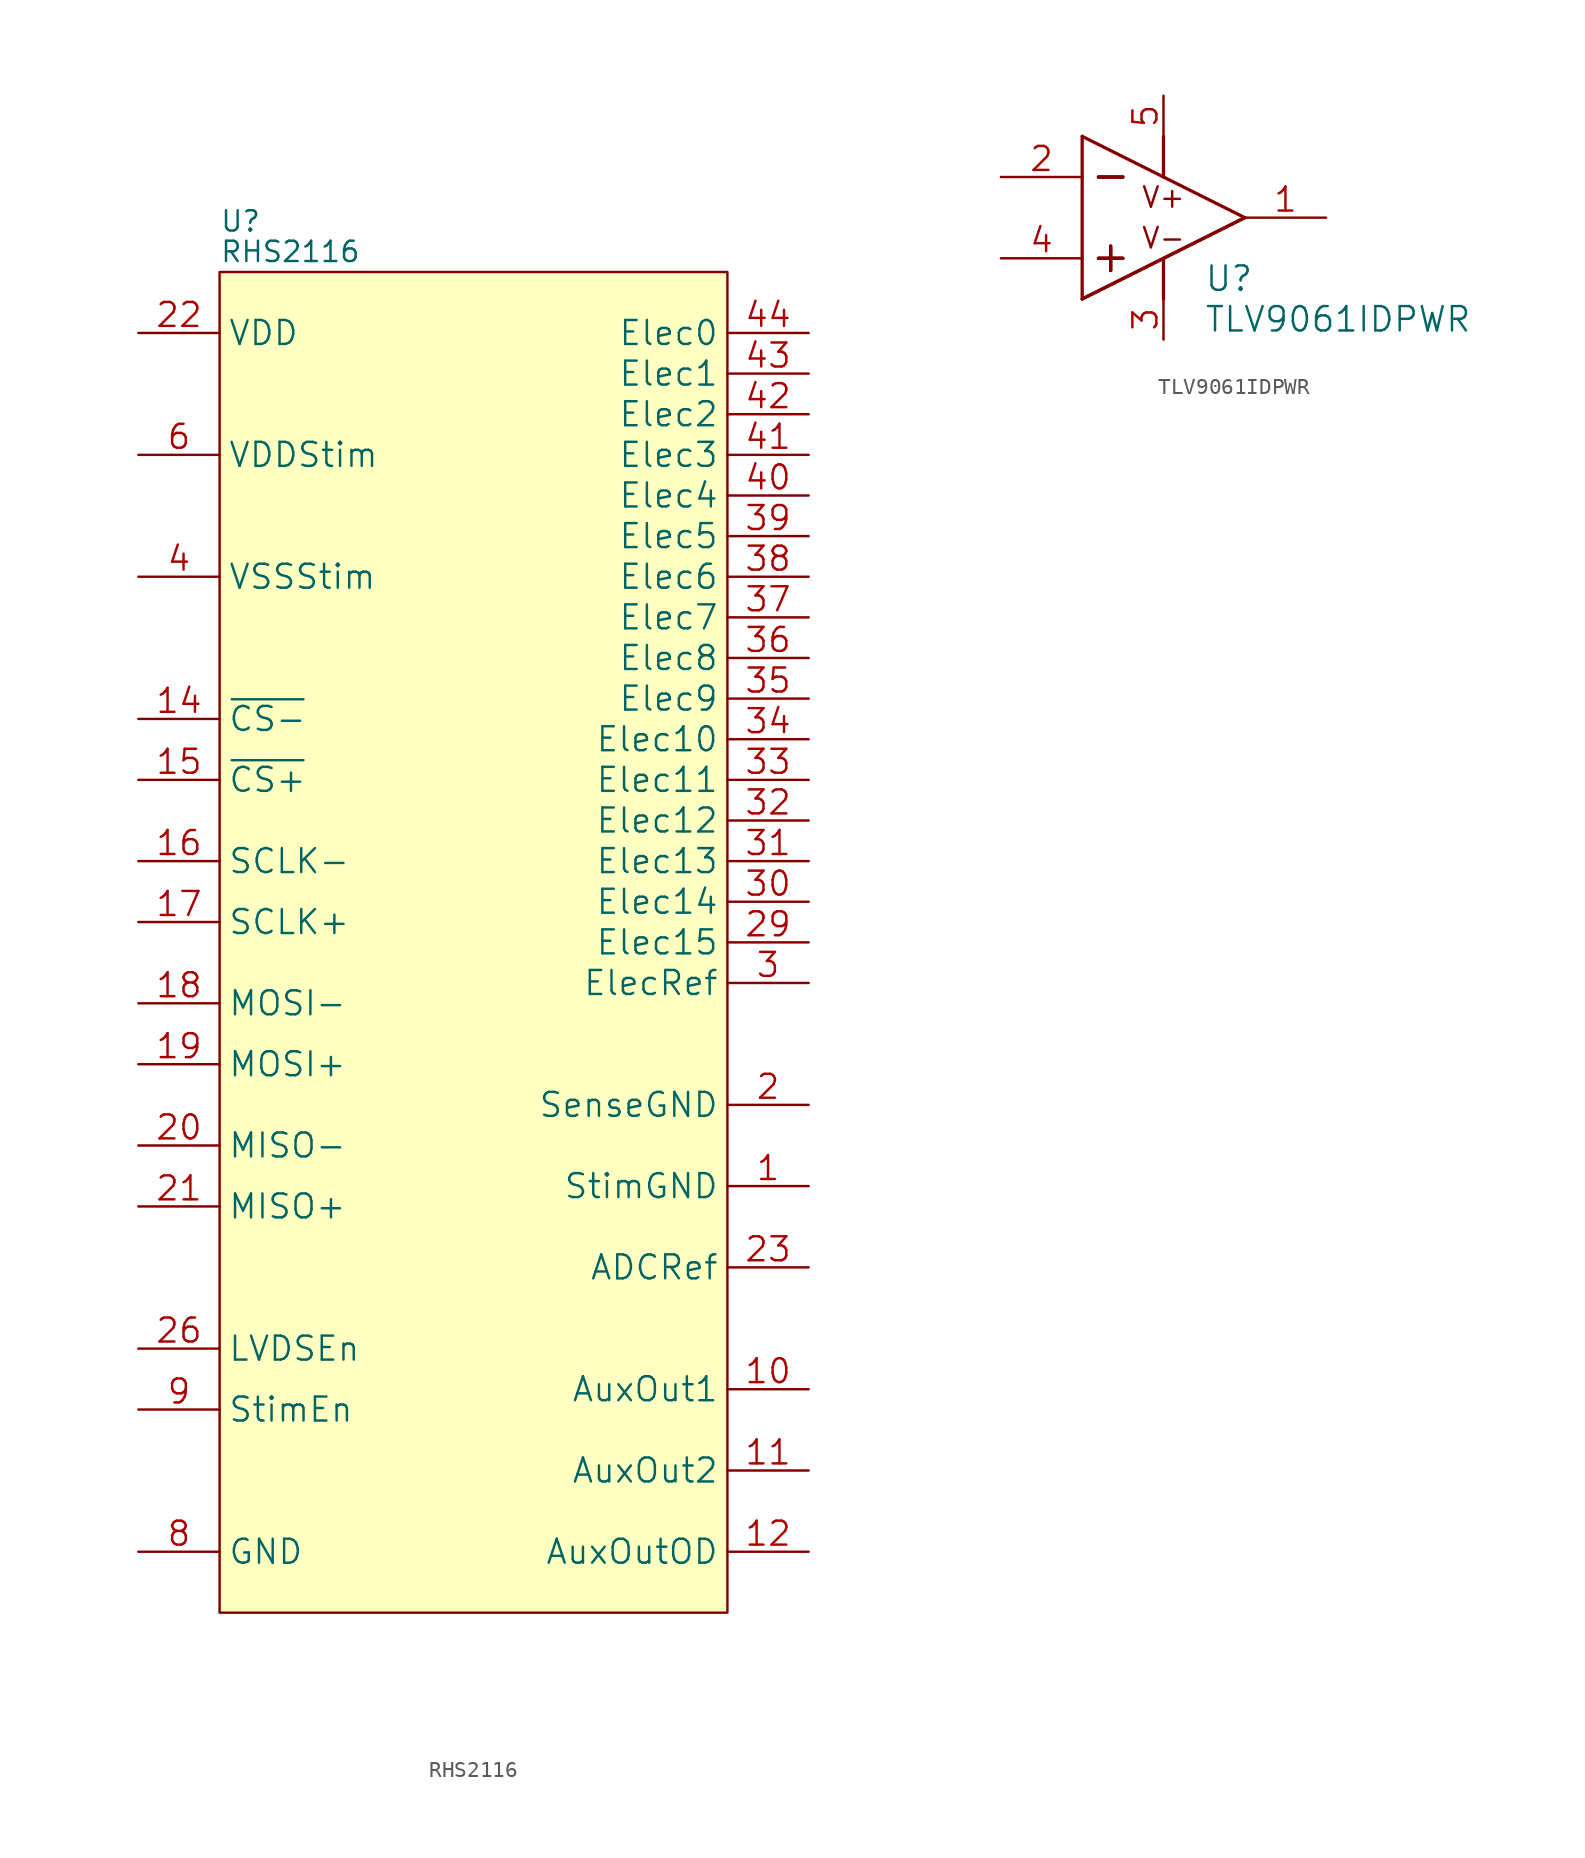
<source format=kicad_sym>
(kicad_symbol_lib
  (version 20211014)
  (generator kicad_symbol_editor)
  (symbol "RHS2116"
    (property "Reference" "U"
      (at -15.24 24.765 0)
      (effects (font (size 1.27 1.27)) (justify left)))
    (property "Value" "RHS2116"
      (at -15.24 22.86 0)
      (effects (font (size 1.27 1.27)) (justify left)))
    (symbol "RHS2116_0_1"
      (rectangle (start -15.24 21.59) (end 16.51 -62.23) (stroke (width 0.152) (type default) (color 0 0 0 0)) (fill (type background))))
    (symbol "RHS2116_1_1"
      (pin power_in line (at 21.59 -35.56 180) (length 5.08) (name "StimGND" (effects (font (size 1.499 1.499)))) (number "1" (effects (font (size 1.499 1.499)))))
      (pin bidirectional line (at 21.59 -48.26 180) (length 5.08) (name "AuxOut1" (effects (font (size 1.499 1.499)))) (number "10" (effects (font (size 1.499 1.499)))))
      (pin bidirectional line (at 21.59 -53.34 180) (length 5.08) (name "AuxOut2" (effects (font (size 1.499 1.499)))) (number "11" (effects (font (size 1.499 1.499)))))
      (pin open_collector line (at 21.59 -58.42 180) (length 5.08) (name "AuxOutOD" (effects (font (size 1.499 1.499)))) (number "12" (effects (font (size 1.499 1.499)))))
      (pin power_in line (at -20.32 -58.42 0) (length 5.08) hide (name "GND" (effects (font (size 1.499 1.499)))) (number "13" (effects (font (size 1.499 1.499)))))
      (pin input line (at -20.32 -6.35 0) (length 5.08) (name "~{CS-}" (effects (font (size 1.499 1.499)))) (number "14" (effects (font (size 1.499 1.499)))))
      (pin input line (at -20.32 -10.16 0) (length 5.08) (name "~{CS+}" (effects (font (size 1.499 1.499)))) (number "15" (effects (font (size 1.499 1.499)))))
      (pin input line (at -20.32 -15.24 0) (length 5.08) (name "SCLK-" (effects (font (size 1.499 1.499)))) (number "16" (effects (font (size 1.499 1.499)))))
      (pin input line (at -20.32 -19.05 0) (length 5.08) (name "SCLK+" (effects (font (size 1.499 1.499)))) (number "17" (effects (font (size 1.499 1.499)))))
      (pin input line (at -20.32 -24.13 0) (length 5.08) (name "MOSI-" (effects (font (size 1.499 1.499)))) (number "18" (effects (font (size 1.499 1.499)))))
      (pin input line (at -20.32 -27.94 0) (length 5.08) (name "MOSI+" (effects (font (size 1.499 1.499)))) (number "19" (effects (font (size 1.499 1.499)))))
      (pin power_in line (at 21.59 -30.48 180) (length 5.08) (name "SenseGND" (effects (font (size 1.499 1.499)))) (number "2" (effects (font (size 1.499 1.499)))))
      (pin output line (at -20.32 -33.02 0) (length 5.08) (name "MISO-" (effects (font (size 1.499 1.499)))) (number "20" (effects (font (size 1.499 1.499)))))
      (pin output line (at -20.32 -36.83 0) (length 5.08) (name "MISO+" (effects (font (size 1.499 1.499)))) (number "21" (effects (font (size 1.499 1.499)))))
      (pin power_in line (at -20.32 17.78 0) (length 5.08) (name "VDD" (effects (font (size 1.499 1.499)))) (number "22" (effects (font (size 1.499 1.499)))))
      (pin input line (at 21.59 -40.64 180) (length 5.08) (name "ADCRef" (effects (font (size 1.499 1.499)))) (number "23" (effects (font (size 1.499 1.499)))))
      (pin power_in line (at -20.32 -58.42 0) (length 5.08) hide (name "GND" (effects (font (size 1.499 1.499)))) (number "24" (effects (font (size 1.499 1.499)))))
      (pin power_in line (at -20.32 -58.42 0) (length 5.08) hide (name "GND" (effects (font (size 1.499 1.499)))) (number "25" (effects (font (size 1.499 1.499)))))
      (pin input line (at -20.32 -45.72 0) (length 5.08) (name "LVDSEn" (effects (font (size 1.499 1.499)))) (number "26" (effects (font (size 1.499 1.499)))))
      (pin passive line (at -20.32 17.78 0) (length 5.08) hide (name "VDD" (effects (font (size 1.499 1.499)))) (number "27" (effects (font (size 1.499 1.499)))))
      (pin passive line (at -20.32 17.78 0) (length 5.08) hide (name "VDD" (effects (font (size 1.499 1.499)))) (number "28" (effects (font (size 1.499 1.499)))))
      (pin bidirectional line (at 21.59 -20.32 180) (length 5.08) (name "Elec15" (effects (font (size 1.499 1.499)))) (number "29" (effects (font (size 1.499 1.499)))))
      (pin input line (at 21.59 -22.86 180) (length 5.08) (name "ElecRef" (effects (font (size 1.499 1.499)))) (number "3" (effects (font (size 1.499 1.499)))))
      (pin bidirectional line (at 21.59 -17.78 180) (length 5.08) (name "Elec14" (effects (font (size 1.499 1.499)))) (number "30" (effects (font (size 1.499 1.499)))))
      (pin bidirectional line (at 21.59 -15.24 180) (length 5.08) (name "Elec13" (effects (font (size 1.499 1.499)))) (number "31" (effects (font (size 1.499 1.499)))))
      (pin bidirectional line (at 21.59 -12.7 180) (length 5.08) (name "Elec12" (effects (font (size 1.499 1.499)))) (number "32" (effects (font (size 1.499 1.499)))))
      (pin bidirectional line (at 21.59 -10.16 180) (length 5.08) (name "Elec11" (effects (font (size 1.499 1.499)))) (number "33" (effects (font (size 1.499 1.499)))))
      (pin bidirectional line (at 21.59 -7.62 180) (length 5.08) (name "Elec10" (effects (font (size 1.499 1.499)))) (number "34" (effects (font (size 1.499 1.499)))))
      (pin bidirectional line (at 21.59 -5.08 180) (length 5.08) (name "Elec9" (effects (font (size 1.499 1.499)))) (number "35" (effects (font (size 1.499 1.499)))))
      (pin bidirectional line (at 21.59 -2.54 180) (length 5.08) (name "Elec8" (effects (font (size 1.499 1.499)))) (number "36" (effects (font (size 1.499 1.499)))))
      (pin bidirectional line (at 21.59 0 180) (length 5.08) (name "Elec7" (effects (font (size 1.499 1.499)))) (number "37" (effects (font (size 1.499 1.499)))))
      (pin bidirectional line (at 21.59 2.54 180) (length 5.08) (name "Elec6" (effects (font (size 1.499 1.499)))) (number "38" (effects (font (size 1.499 1.499)))))
      (pin bidirectional line (at 21.59 5.08 180) (length 5.08) (name "Elec5" (effects (font (size 1.499 1.499)))) (number "39" (effects (font (size 1.499 1.499)))))
      (pin power_in line (at -20.32 2.54 0) (length 5.08) (name "VSSStim" (effects (font (size 1.499 1.499)))) (number "4" (effects (font (size 1.499 1.499)))))
      (pin bidirectional line (at 21.59 7.62 180) (length 5.08) (name "Elec4" (effects (font (size 1.499 1.499)))) (number "40" (effects (font (size 1.499 1.499)))))
      (pin bidirectional line (at 21.59 10.16 180) (length 5.08) (name "Elec3" (effects (font (size 1.499 1.499)))) (number "41" (effects (font (size 1.499 1.499)))))
      (pin bidirectional line (at 21.59 12.7 180) (length 5.08) (name "Elec2" (effects (font (size 1.499 1.499)))) (number "42" (effects (font (size 1.499 1.499)))))
      (pin bidirectional line (at 21.59 15.24 180) (length 5.08) (name "Elec1" (effects (font (size 1.499 1.499)))) (number "43" (effects (font (size 1.499 1.499)))))
      (pin bidirectional line (at 21.59 17.78 180) (length 5.08) (name "Elec0" (effects (font (size 1.499 1.499)))) (number "44" (effects (font (size 1.499 1.499)))))
      (pin passive line (at -20.32 2.54 0) (length 5.08) hide (name "VSSStim" (effects (font (size 1.499 1.499)))) (number "45" (effects (font (size 1.499 1.499)))))
      (pin passive line (at -20.32 2.54 0) (length 5.08) hide (name "VSSStim" (effects (font (size 1.499 1.499)))) (number "5" (effects (font (size 1.499 1.499)))))
      (pin power_in line (at -20.32 10.16 0) (length 5.08) (name "VDDStim" (effects (font (size 1.499 1.499)))) (number "6" (effects (font (size 1.499 1.499)))))
      (pin passive line (at -20.32 10.16 0) (length 5.08) hide (name "VDDStim" (effects (font (size 1.499 1.499)))) (number "7" (effects (font (size 1.499 1.499)))))
      (pin power_in line (at -20.32 -58.42 0) (length 5.08) (name "GND" (effects (font (size 1.499 1.499)))) (number "8" (effects (font (size 1.499 1.499)))))
      (pin input line (at -20.32 -49.53 0) (length 5.08) (name "StimEn" (effects (font (size 1.499 1.499)))) (number "9" (effects (font (size 1.499 1.499)))))))
  (symbol "TLV9061IDPWR"
    (pin_names
      (offset -0.254) hide)
    (property "Reference" "U"
      (at 2.54 -3.81 0)
      (effects (font (size 1.524 1.524)) (justify left)))
    (property "Value" "TLV9061IDPWR"
      (at 2.54 -6.35 0)
      (effects (font (size 1.524 1.524)) (justify left)))
    (property "Datasheet" ""
      (at 0 0 0)
      (effects (font (size 1.524 1.524))))
    (property "ki_locked" ""
      (at 0 0 0)
      (effects (font (size 1.27 1.27))))
    (symbol "TLV9061IDPWR_0_0"
      (text "V+" (at 0 1.27 0) (effects (font (size 1.27 1.27))))
      (text "V-" (at 0 -1.27 0) (effects (font (size 1.27 1.27)))))
    (symbol "TLV9061IDPWR_1_1"
      (polyline (pts (xy -5.08 -5.08) (xy 5.08 0)) (stroke (width 0.203) (type default) (color 0 0 0 0)) (fill (type none)))
      (polyline (pts (xy -5.08 -5.08) (xy 5.08 0)) (stroke (width 0.203) (type default) (color 0 0 0 0)) (fill (type none)))
      (polyline (pts (xy -5.08 5.08) (xy -5.08 -5.08)) (stroke (width 0.203) (type default) (color 0 0 0 0)) (fill (type none)))
      (polyline (pts (xy -5.08 5.08) (xy 5.08 0)) (stroke (width 0.203) (type default) (color 0 0 0 0)) (fill (type none)))
      (polyline (pts (xy -4.064 -2.54) (xy -2.54 -2.54)) (stroke (width 0.203) (type default) (color 0 0 0 0)) (fill (type none)))
      (polyline (pts (xy -4.064 -2.54) (xy -2.54 -2.54)) (stroke (width 0.203) (type default) (color 0 0 0 0)) (fill (type none)))
      (polyline (pts (xy -4.064 -2.54) (xy -2.54 -2.54)) (stroke (width 0.203) (type default) (color 0 0 0 0)) (fill (type none)))
      (polyline (pts (xy -4.064 2.54) (xy -2.54 2.54)) (stroke (width 0.203) (type default) (color 0 0 0 0)) (fill (type none)))
      (polyline (pts (xy -4.064 2.54) (xy -2.54 2.54)) (stroke (width 0.203) (type default) (color 0 0 0 0)) (fill (type none)))
      (polyline (pts (xy -4.064 2.54) (xy -2.54 2.54)) (stroke (width 0.203) (type default) (color 0 0 0 0)) (fill (type none)))
      (polyline (pts (xy -3.302 -1.778) (xy -3.302 -3.302)) (stroke (width 0.203) (type default) (color 0 0 0 0)) (fill (type none)))
      (polyline (pts (xy -3.302 -1.778) (xy -3.302 -3.302)) (stroke (width 0.203) (type default) (color 0 0 0 0)) (fill (type none)))
      (polyline (pts (xy -3.302 -1.778) (xy -3.302 -3.302)) (stroke (width 0.203) (type default) (color 0 0 0 0)) (fill (type none)))
      (polyline (pts (xy 0 -2.54) (xy 0 -5.08)) (stroke (width 0.203) (type default) (color 0 0 0 0)) (fill (type none)))
      (polyline (pts (xy 0 5.08) (xy 0 2.54)) (stroke (width 0.203) (type default) (color 0 0 0 0)) (fill (type none)))
      (pin output line (at 10.16 0 180) (length 5.08) (name "OUT" (effects (font (size 1.499 1.499)))) (number "1" (effects (font (size 1.499 1.499)))))
      (pin input line (at -10.16 2.54 0) (length 5.08) (name "IN-" (effects (font (size 1.499 1.499)))) (number "2" (effects (font (size 1.499 1.499)))))
      (pin power_in line (at 0 -7.62 90) (length 2.54) (name "VEE" (effects (font (size 1.499 1.499)))) (number "3" (effects (font (size 1.499 1.499)))))
      (pin input line (at -10.16 -2.54 0) (length 5.08) (name "IN+" (effects (font (size 1.499 1.499)))) (number "4" (effects (font (size 1.499 1.499)))))
      (pin power_in line (at 0 7.62 270) (length 2.54) (name "VCC" (effects (font (size 1.499 1.499)))) (number "5" (effects (font (size 1.499 1.499))))))))
</source>
